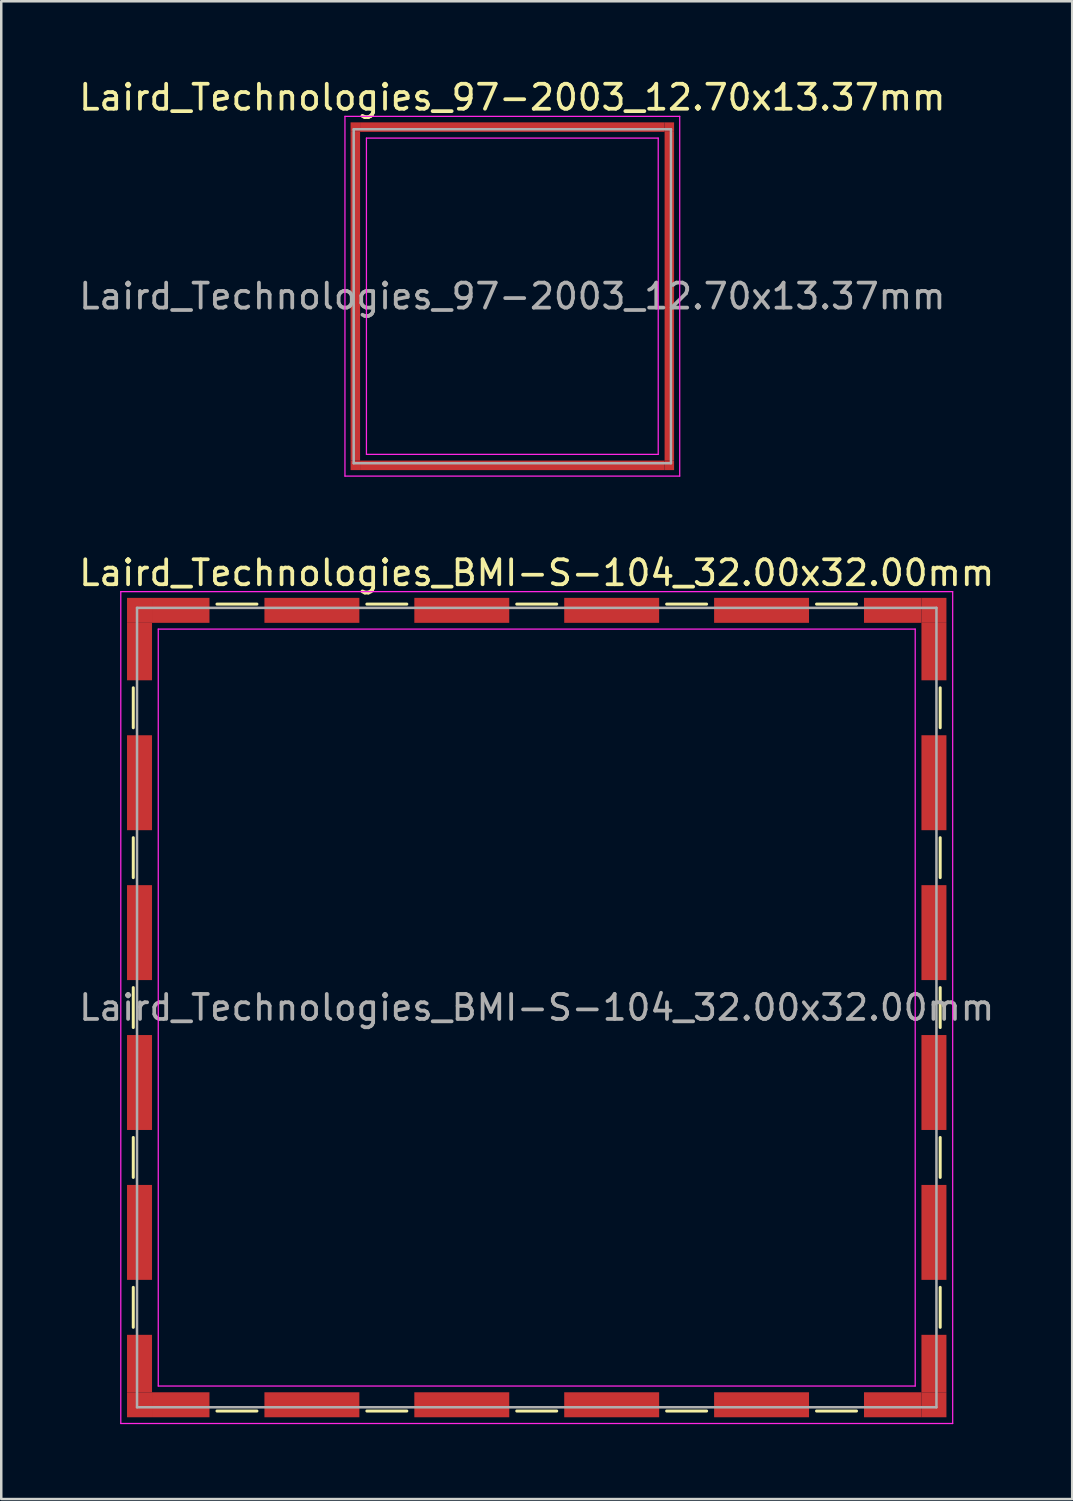
<source format=kicad_pcb>
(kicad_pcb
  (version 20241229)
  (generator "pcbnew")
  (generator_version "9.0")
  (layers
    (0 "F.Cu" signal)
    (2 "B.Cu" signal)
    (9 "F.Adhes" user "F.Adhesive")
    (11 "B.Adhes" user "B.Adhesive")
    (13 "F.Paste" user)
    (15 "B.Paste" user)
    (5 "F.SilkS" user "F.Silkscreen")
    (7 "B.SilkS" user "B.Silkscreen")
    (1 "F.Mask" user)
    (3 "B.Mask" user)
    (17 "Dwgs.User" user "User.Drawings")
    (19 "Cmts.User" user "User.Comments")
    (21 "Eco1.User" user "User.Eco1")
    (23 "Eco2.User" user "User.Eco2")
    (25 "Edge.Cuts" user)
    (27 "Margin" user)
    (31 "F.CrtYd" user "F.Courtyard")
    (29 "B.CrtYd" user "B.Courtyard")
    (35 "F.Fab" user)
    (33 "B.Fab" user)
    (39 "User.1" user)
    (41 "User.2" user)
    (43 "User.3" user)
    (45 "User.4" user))
  (footprint "Laird_Technologies_97-2003_12.70x13.37mm"
    (layer "F.Cu")
    (at 17.458 8.808)
    (property "Reference" "Laird_Technologies_97-2003_12.70x13.37mm" (at 0 -7.96 0) (layer "F.SilkS") (effects (font (size 1 1) (thickness 0.15))))
    (attr smd)
    (fp_line (start -6.7 -7.2) (end -6.7 7.2) (stroke (width 0.05) (type solid)) (layer "F.CrtYd"))
    (fp_line (start -6.7 7.2) (end 6.7 7.2) (stroke (width 0.05) (type solid)) (layer "F.CrtYd"))
    (fp_line (start -5.84 -6.33) (end -5.84 6.33) (stroke (width 0.05) (type solid)) (layer "F.CrtYd"))
    (fp_line (start 5.84 -6.33) (end -5.84 -6.33) (stroke (width 0.05) (type solid)) (layer "F.CrtYd"))
    (fp_line (start 5.84 -6.33) (end 5.84 6.33) (stroke (width 0.05) (type solid)) (layer "F.CrtYd"))
    (fp_line (start 5.84 6.33) (end -5.84 6.33) (stroke (width 0.05) (type solid)) (layer "F.CrtYd"))
    (fp_line (start 6.7 -7.2) (end -6.7 -7.2) (stroke (width 0.05) (type solid)) (layer "F.CrtYd"))
    (fp_line (start 6.7 7.2) (end 6.7 -7.2) (stroke (width 0.05) (type solid)) (layer "F.CrtYd"))
    (fp_line (start -6.35 -6.685) (end -6.35 6.685) (stroke (width 0.1) (type solid)) (layer "F.Fab"))
    (fp_line (start -6.35 6.685) (end 6.35 6.685) (stroke (width 0.1) (type solid)) (layer "F.Fab"))
    (fp_line (start 6.35 -6.685) (end -6.35 -6.685) (stroke (width 0.1) (type solid)) (layer "F.Fab"))
    (fp_line (start 6.35 6.685) (end 6.35 -6.685) (stroke (width 0.1) (type solid)) (layer "F.Fab"))
    (fp_text user "${REFERENCE}" (at 0 0 0) (layer "F.Fab") (effects (font (size 1 1) (thickness 0.15))))
    (pad "1" smd rect (at -6.285 -6.77) (size 0.38 0.38) (layers "F.Cu" "F.Mask" "F.Paste"))
    (pad "1" smd rect (at -6.285 0) (size 0.38 13.16) (layers "F.Cu" "F.Mask" "F.Paste"))
    (pad "1" smd rect (at -6.285 6.77) (size 0.38 0.38) (layers "F.Cu" "F.Mask" "F.Paste"))
    (pad "1" smd rect (at 0 -6.77) (size 12.19 0.38) (layers "F.Cu" "F.Mask" "F.Paste"))
    (pad "1" smd rect (at 0 6.77) (size 12.19 0.38) (layers "F.Cu" "F.Mask" "F.Paste"))
    (pad "1" smd rect (at 6.285 -6.77) (size 0.38 0.38) (layers "F.Cu" "F.Mask" "F.Paste"))
    (pad "1" smd rect (at 6.285 0) (size 0.38 13.16) (layers "F.Cu" "F.Mask" "F.Paste"))
    (pad "1" smd rect (at 6.285 6.77) (size 0.38 0.38) (layers "F.Cu" "F.Mask" "F.Paste")))
  (footprint "Laird_Technologies_BMI-S-104_32.00x32.00mm"
    (layer "F.Cu")
    (at 18.435 37.282)
    (property "Reference" "Laird_Technologies_BMI-S-104_32.00x32.00mm" (at 0 -17.4 0) (layer "F.SilkS") (effects (font (size 1 1) (thickness 0.15))))
    (attr smd)
    (fp_line (start -16.15 -12.8) (end -16.15 -11.2) (stroke (width 0.12) (type solid)) (layer "F.SilkS"))
    (fp_line (start -16.15 -6.8) (end -16.15 -5.2) (stroke (width 0.12) (type solid)) (layer "F.SilkS"))
    (fp_line (start -16.15 -0.8) (end -16.15 0.8) (stroke (width 0.12) (type solid)) (layer "F.SilkS"))
    (fp_line (start -16.15 5.2) (end -16.15 6.8) (stroke (width 0.12) (type solid)) (layer "F.SilkS"))
    (fp_line (start -16.15 11.2) (end -16.15 12.8) (stroke (width 0.12) (type solid)) (layer "F.SilkS"))
    (fp_line (start -12.8 -16.15) (end -11.2 -16.15) (stroke (width 0.12) (type solid)) (layer "F.SilkS"))
    (fp_line (start -12.8 16.15) (end -11.2 16.15) (stroke (width 0.12) (type solid)) (layer "F.SilkS"))
    (fp_line (start -6.8 -16.15) (end -5.2 -16.15) (stroke (width 0.12) (type solid)) (layer "F.SilkS"))
    (fp_line (start -6.8 16.15) (end -5.2 16.15) (stroke (width 0.12) (type solid)) (layer "F.SilkS"))
    (fp_line (start -0.8 -16.15) (end 0.8 -16.15) (stroke (width 0.12) (type solid)) (layer "F.SilkS"))
    (fp_line (start -0.8 16.15) (end 0.8 16.15) (stroke (width 0.12) (type solid)) (layer "F.SilkS"))
    (fp_line (start 5.2 -16.15) (end 6.8 -16.15) (stroke (width 0.12) (type solid)) (layer "F.SilkS"))
    (fp_line (start 5.2 16.15) (end 6.8 16.15) (stroke (width 0.12) (type solid)) (layer "F.SilkS"))
    (fp_line (start 11.2 -16.15) (end 12.8 -16.15) (stroke (width 0.12) (type solid)) (layer "F.SilkS"))
    (fp_line (start 11.2 16.15) (end 12.8 16.15) (stroke (width 0.12) (type solid)) (layer "F.SilkS"))
    (fp_line (start 16.15 -12.8) (end 16.15 -11.2) (stroke (width 0.12) (type solid)) (layer "F.SilkS"))
    (fp_line (start 16.15 -6.8) (end 16.15 -5.2) (stroke (width 0.12) (type solid)) (layer "F.SilkS"))
    (fp_line (start 16.15 -0.8) (end 16.15 0.8) (stroke (width 0.12) (type solid)) (layer "F.SilkS"))
    (fp_line (start 16.15 5.2) (end 16.15 6.8) (stroke (width 0.12) (type solid)) (layer "F.SilkS"))
    (fp_line (start 16.15 11.2) (end 16.15 12.8) (stroke (width 0.12) (type solid)) (layer "F.SilkS"))
    (fp_line (start -16.65 -16.65) (end -16.65 16.65) (stroke (width 0.05) (type solid)) (layer "F.CrtYd"))
    (fp_line (start -16.65 16.65) (end 16.65 16.65) (stroke (width 0.05) (type solid)) (layer "F.CrtYd"))
    (fp_line (start -15.15 -15.15) (end -15.15 15.15) (stroke (width 0.05) (type solid)) (layer "F.CrtYd"))
    (fp_line (start 15.15 -15.15) (end -15.15 -15.15) (stroke (width 0.05) (type solid)) (layer "F.CrtYd"))
    (fp_line (start 15.15 -15.15) (end 15.15 15.15) (stroke (width 0.05) (type solid)) (layer "F.CrtYd"))
    (fp_line (start 15.15 15.15) (end -15.15 15.15) (stroke (width 0.05) (type solid)) (layer "F.CrtYd"))
    (fp_line (start 16.65 -16.65) (end -16.65 -16.65) (stroke (width 0.05) (type solid)) (layer "F.CrtYd"))
    (fp_line (start 16.65 16.65) (end 16.65 -16.65) (stroke (width 0.05) (type solid)) (layer "F.CrtYd"))
    (fp_line (start -16 -16) (end -16 16) (stroke (width 0.1) (type solid)) (layer "F.Fab"))
    (fp_line (start -16 16) (end 16 16) (stroke (width 0.1) (type solid)) (layer "F.Fab"))
    (fp_line (start 16 -16) (end -16 -16) (stroke (width 0.1) (type solid)) (layer "F.Fab"))
    (fp_line (start 16 16) (end 16 -16) (stroke (width 0.1) (type solid)) (layer "F.Fab"))
    (fp_text user "${REFERENCE}" (at 0 0 0) (layer "F.Fab") (effects (font (size 1 1) (thickness 0.15))))
    (pad "1" smd rect (at -15.9 -15.9) (size 1 1) (layers "F.Cu" "F.Mask" "F.Paste"))
    (pad "1" smd rect (at -15.9 -14.25) (size 1 2.3) (layers "F.Cu" "F.Mask" "F.Paste"))
    (pad "1" smd rect (at -15.9 -9) (size 1 3.8) (layers "F.Cu" "F.Mask" "F.Paste"))
    (pad "1" smd rect (at -15.9 -3) (size 1 3.8) (layers "F.Cu" "F.Mask" "F.Paste"))
    (pad "1" smd rect (at -15.9 3) (size 1 3.8) (layers "F.Cu" "F.Mask" "F.Paste"))
    (pad "1" smd rect (at -15.9 9) (size 1 3.8) (layers "F.Cu" "F.Mask" "F.Paste"))
    (pad "1" smd rect (at -15.9 14.25) (size 1 2.3) (layers "F.Cu" "F.Mask" "F.Paste"))
    (pad "1" smd rect (at -15.9 15.9) (size 1 1) (layers "F.Cu" "F.Mask" "F.Paste"))
    (pad "1" smd rect (at -14.25 -15.9) (size 2.3 1) (layers "F.Cu" "F.Mask" "F.Paste"))
    (pad "1" smd rect (at -14.25 15.9) (size 2.3 1) (layers "F.Cu" "F.Mask" "F.Paste"))
    (pad "1" smd rect (at -9 -15.9) (size 3.8 1) (layers "F.Cu" "F.Mask" "F.Paste"))
    (pad "1" smd rect (at -9 15.9) (size 3.8 1) (layers "F.Cu" "F.Mask" "F.Paste"))
    (pad "1" smd rect (at -3 -15.9) (size 3.8 1) (layers "F.Cu" "F.Mask" "F.Paste"))
    (pad "1" smd rect (at -3 15.9) (size 3.8 1) (layers "F.Cu" "F.Mask" "F.Paste"))
    (pad "1" smd rect (at 3 -15.9) (size 3.8 1) (layers "F.Cu" "F.Mask" "F.Paste"))
    (pad "1" smd rect (at 3 15.9) (size 3.8 1) (layers "F.Cu" "F.Mask" "F.Paste"))
    (pad "1" smd rect (at 9 -15.9) (size 3.8 1) (layers "F.Cu" "F.Mask" "F.Paste"))
    (pad "1" smd rect (at 9 15.9) (size 3.8 1) (layers "F.Cu" "F.Mask" "F.Paste"))
    (pad "1" smd rect (at 14.25 -15.9) (size 2.3 1) (layers "F.Cu" "F.Mask" "F.Paste"))
    (pad "1" smd rect (at 14.25 15.9) (size 2.3 1) (layers "F.Cu" "F.Mask" "F.Paste"))
    (pad "1" smd rect (at 15.9 -15.9) (size 1 1) (layers "F.Cu" "F.Mask" "F.Paste"))
    (pad "1" smd rect (at 15.9 -14.25) (size 1 2.3) (layers "F.Cu" "F.Mask" "F.Paste"))
    (pad "1" smd rect (at 15.9 -9) (size 1 3.8) (layers "F.Cu" "F.Mask" "F.Paste"))
    (pad "1" smd rect (at 15.9 -3) (size 1 3.8) (layers "F.Cu" "F.Mask" "F.Paste"))
    (pad "1" smd rect (at 15.9 3) (size 1 3.8) (layers "F.Cu" "F.Mask" "F.Paste"))
    (pad "1" smd rect (at 15.9 9) (size 1 3.8) (layers "F.Cu" "F.Mask" "F.Paste"))
    (pad "1" smd rect (at 15.9 14.25) (size 1 2.3) (layers "F.Cu" "F.Mask" "F.Paste"))
    (pad "1" smd rect (at 15.9 15.9) (size 1 1) (layers "F.Cu" "F.Mask" "F.Paste")))
  (gr_rect
    (start -3 -3)
    (end 39.869 56.956)
    (stroke (width 0.1) (type default))
    (fill no)
    (layer "Edge.Cuts")))
</source>
